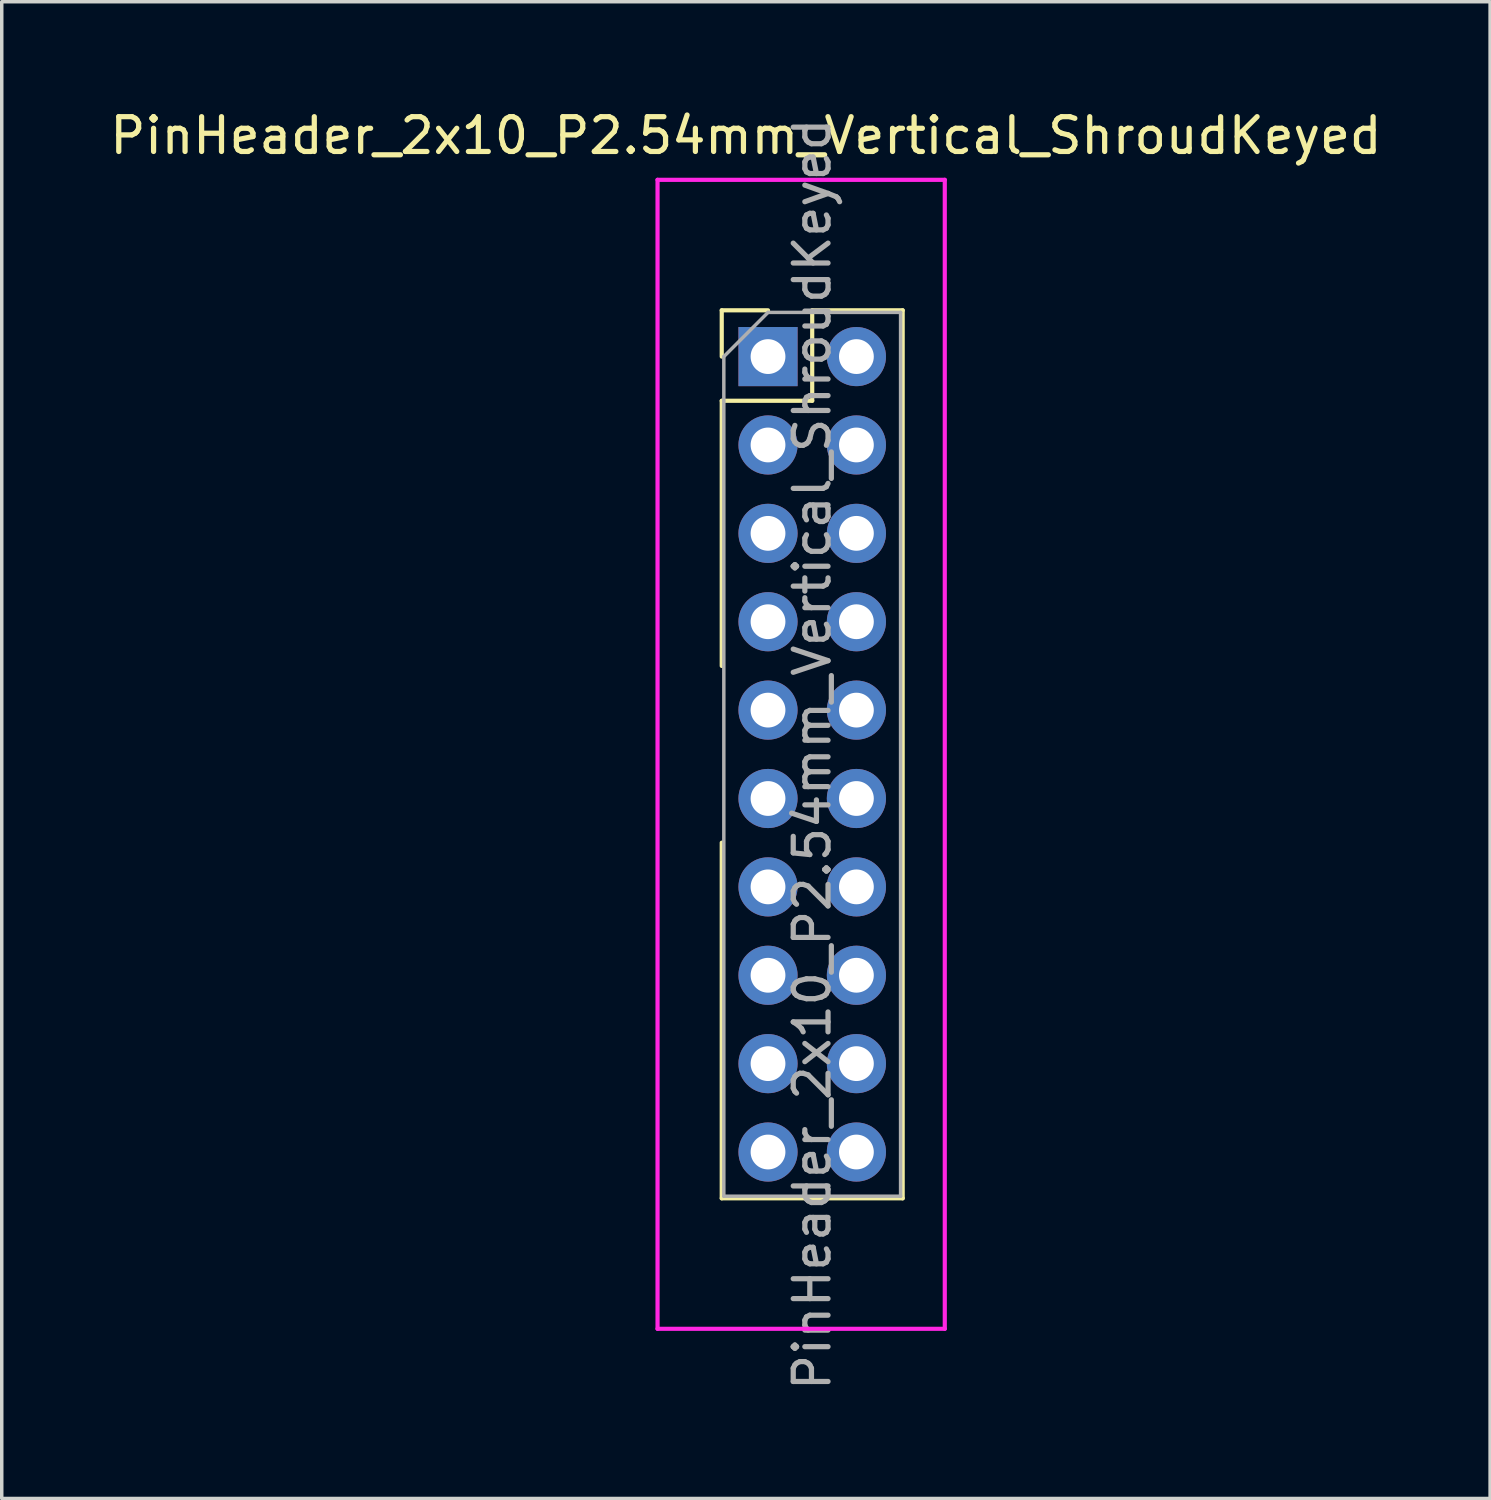
<source format=kicad_pcb>
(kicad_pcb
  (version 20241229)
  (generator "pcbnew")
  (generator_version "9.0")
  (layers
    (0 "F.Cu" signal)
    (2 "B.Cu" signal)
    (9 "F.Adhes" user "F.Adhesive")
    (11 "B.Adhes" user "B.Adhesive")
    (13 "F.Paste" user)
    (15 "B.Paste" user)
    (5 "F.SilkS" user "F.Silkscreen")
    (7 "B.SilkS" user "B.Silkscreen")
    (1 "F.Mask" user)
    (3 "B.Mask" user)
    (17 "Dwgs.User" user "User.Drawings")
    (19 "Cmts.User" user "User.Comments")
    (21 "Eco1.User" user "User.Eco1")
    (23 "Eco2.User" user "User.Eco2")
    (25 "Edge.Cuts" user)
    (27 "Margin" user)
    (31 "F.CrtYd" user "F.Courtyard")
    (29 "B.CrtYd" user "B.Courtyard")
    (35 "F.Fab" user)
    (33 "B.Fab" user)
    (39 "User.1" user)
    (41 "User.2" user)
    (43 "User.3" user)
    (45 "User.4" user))
  (footprint "PinHeader_2x10_P2.54mm_Vertical_ShroudKeyed"
    (layer "F.Cu")
    (at 19.022 7.198)
    (property "Reference" "PinHeader_2x10_P2.54mm_Vertical_ShroudKeyed" (at -0.635 -6.35 0) (layer "F.SilkS") (effects (font (size 1 1) (thickness 0.15))))
    (attr through_hole)
    (fp_line (start -1.33 -1.33) (end 0 -1.33) (stroke (width 0.12) (type solid)) (layer "F.SilkS"))
    (fp_line (start -1.33 0) (end -1.33 -1.33) (stroke (width 0.12) (type solid)) (layer "F.SilkS"))
    (fp_line (start -1.33 1.27) (end -1.33 8.89) (stroke (width 0.12) (type solid)) (layer "F.SilkS"))
    (fp_line (start -1.33 1.27) (end 1.27 1.27) (stroke (width 0.12) (type solid)) (layer "F.SilkS"))
    (fp_line (start -1.33 24.19) (end -1.33 13.97) (stroke (width 0.12) (type solid)) (layer "F.SilkS"))
    (fp_line (start -1.33 24.19) (end 3.87 24.19) (stroke (width 0.12) (type solid)) (layer "F.SilkS"))
    (fp_line (start 1.27 -1.33) (end 3.87 -1.33) (stroke (width 0.12) (type solid)) (layer "F.SilkS"))
    (fp_line (start 1.27 1.27) (end 1.27 -1.33) (stroke (width 0.12) (type solid)) (layer "F.SilkS"))
    (fp_line (start 3.87 -1.33) (end 3.87 24.19) (stroke (width 0.12) (type solid)) (layer "F.SilkS"))
    (fp_line (start -3.175 -5.08) (end 5.08 -5.08) (stroke (width 0.12) (type solid)) (layer "F.CrtYd"))
    (fp_line (start -3.175 27.94) (end -3.175 -5.08) (stroke (width 0.12) (type solid)) (layer "F.CrtYd"))
    (fp_line (start 5.08 -5.08) (end 5.08 27.94) (stroke (width 0.12) (type solid)) (layer "F.CrtYd"))
    (fp_line (start 5.08 27.94) (end -3.175 27.94) (stroke (width 0.12) (type solid)) (layer "F.CrtYd"))
    (fp_line (start -1.27 0) (end 0 -1.27) (stroke (width 0.1) (type solid)) (layer "F.Fab"))
    (fp_line (start -1.27 24.13) (end -1.27 0) (stroke (width 0.1) (type solid)) (layer "F.Fab"))
    (fp_line (start 0 -1.27) (end 3.81 -1.27) (stroke (width 0.1) (type solid)) (layer "F.Fab"))
    (fp_line (start 3.81 -1.27) (end 3.81 24.13) (stroke (width 0.1) (type solid)) (layer "F.Fab"))
    (fp_line (start 3.81 24.13) (end -1.27 24.13) (stroke (width 0.1) (type solid)) (layer "F.Fab"))
    (fp_text user "${REFERENCE}" (at 1.27 11.43 90) (layer "F.Fab") (effects (font (size 1 1) (thickness 0.15))))
    (pad "1" thru_hole rect (at 0 0) (size 1.7 1.7) (drill 1) (layers "*.Cu" "*.Mask"))
    (pad "2" thru_hole oval (at 2.54 0) (size 1.7 1.7) (drill 1) (layers "*.Cu" "*.Mask"))
    (pad "3" thru_hole oval (at 0 2.54) (size 1.7 1.7) (drill 1) (layers "*.Cu" "*.Mask"))
    (pad "4" thru_hole oval (at 2.54 2.54) (size 1.7 1.7) (drill 1) (layers "*.Cu" "*.Mask"))
    (pad "5" thru_hole oval (at 0 5.08) (size 1.7 1.7) (drill 1) (layers "*.Cu" "*.Mask"))
    (pad "6" thru_hole oval (at 2.54 5.08) (size 1.7 1.7) (drill 1) (layers "*.Cu" "*.Mask"))
    (pad "7" thru_hole oval (at 0 7.62) (size 1.7 1.7) (drill 1) (layers "*.Cu" "*.Mask"))
    (pad "8" thru_hole oval (at 2.54 7.62) (size 1.7 1.7) (drill 1) (layers "*.Cu" "*.Mask"))
    (pad "9" thru_hole oval (at 0 10.16) (size 1.7 1.7) (drill 1) (layers "*.Cu" "*.Mask"))
    (pad "10" thru_hole oval (at 2.54 10.16) (size 1.7 1.7) (drill 1) (layers "*.Cu" "*.Mask"))
    (pad "11" thru_hole oval (at 0 12.7) (size 1.7 1.7) (drill 1) (layers "*.Cu" "*.Mask"))
    (pad "12" thru_hole oval (at 2.54 12.7) (size 1.7 1.7) (drill 1) (layers "*.Cu" "*.Mask"))
    (pad "13" thru_hole oval (at 0 15.24) (size 1.7 1.7) (drill 1) (layers "*.Cu" "*.Mask"))
    (pad "14" thru_hole oval (at 2.54 15.24) (size 1.7 1.7) (drill 1) (layers "*.Cu" "*.Mask"))
    (pad "15" thru_hole oval (at 0 17.78) (size 1.7 1.7) (drill 1) (layers "*.Cu" "*.Mask"))
    (pad "16" thru_hole oval (at 2.54 17.78) (size 1.7 1.7) (drill 1) (layers "*.Cu" "*.Mask"))
    (pad "17" thru_hole oval (at 0 20.32) (size 1.7 1.7) (drill 1) (layers "*.Cu" "*.Mask"))
    (pad "18" thru_hole oval (at 2.54 20.32) (size 1.7 1.7) (drill 1) (layers "*.Cu" "*.Mask"))
    (pad "19" thru_hole oval (at 0 22.86) (size 1.7 1.7) (drill 1) (layers "*.Cu" "*.Mask"))
    (pad "20" thru_hole oval (at 2.54 22.86) (size 1.7 1.7) (drill 1) (layers "*.Cu" "*.Mask")))
  (gr_rect
    (start -3 -3)
    (end 39.774 40.015)
    (stroke (width 0.1) (type default))
    (fill no)
    (layer "Edge.Cuts")))
</source>
